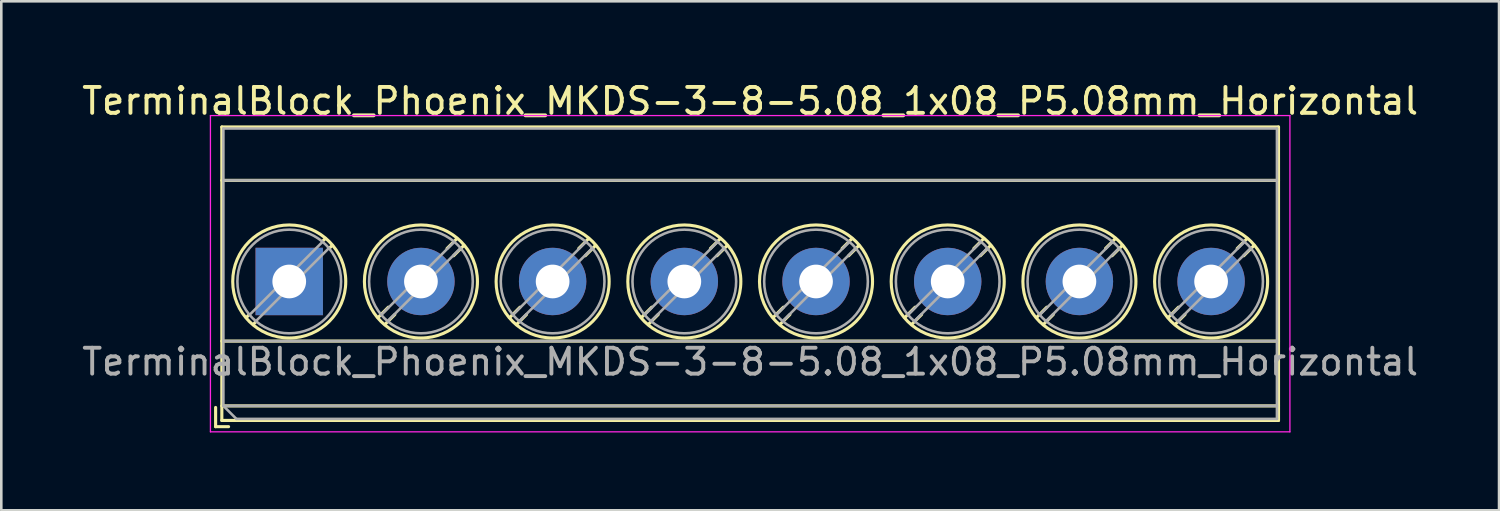
<source format=kicad_pcb>
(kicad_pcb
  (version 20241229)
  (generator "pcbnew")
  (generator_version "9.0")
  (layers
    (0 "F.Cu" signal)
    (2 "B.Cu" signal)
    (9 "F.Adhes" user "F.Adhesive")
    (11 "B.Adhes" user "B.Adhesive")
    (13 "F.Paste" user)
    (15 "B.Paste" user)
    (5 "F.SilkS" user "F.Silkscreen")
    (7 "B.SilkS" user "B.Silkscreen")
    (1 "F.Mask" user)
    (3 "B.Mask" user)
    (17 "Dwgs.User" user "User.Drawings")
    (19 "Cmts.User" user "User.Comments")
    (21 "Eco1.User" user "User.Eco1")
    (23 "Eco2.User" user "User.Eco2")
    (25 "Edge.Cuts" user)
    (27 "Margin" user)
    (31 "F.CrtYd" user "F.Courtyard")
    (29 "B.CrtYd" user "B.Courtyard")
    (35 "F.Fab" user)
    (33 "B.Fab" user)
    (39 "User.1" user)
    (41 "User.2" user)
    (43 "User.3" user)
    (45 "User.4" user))
  (footprint "TerminalBlock_Phoenix_MKDS-3-8-5.08_1x08_P5.08mm_Horizontal"
    (layer "F.Cu")
    (at 8.107 7.808)
    (property "Reference" "TerminalBlock_Phoenix_MKDS-3-8-5.08_1x08_P5.08mm_Horizontal" (at 17.78 -6.96 0) (layer "F.SilkS") (effects (font (size 1 1) (thickness 0.15))))
    (attr through_hole)
    (fp_line (start -2.84 4.86) (end -2.84 5.6) (stroke (width 0.12) (type solid)) (layer "F.SilkS"))
    (fp_line (start -2.84 5.6) (end -2.34 5.6) (stroke (width 0.12) (type solid)) (layer "F.SilkS"))
    (fp_line (start -2.6 -5.96) (end -2.6 5.36) (stroke (width 0.12) (type solid)) (layer "F.SilkS"))
    (fp_line (start -2.6 -5.96) (end 38.16 -5.96) (stroke (width 0.12) (type solid)) (layer "F.SilkS"))
    (fp_line (start -2.6 -3.9) (end 38.16 -3.9) (stroke (width 0.12) (type solid)) (layer "F.SilkS"))
    (fp_line (start -2.6 2.3) (end 38.16 2.3) (stroke (width 0.12) (type solid)) (layer "F.SilkS"))
    (fp_line (start -2.6 4.8) (end 38.16 4.8) (stroke (width 0.12) (type solid)) (layer "F.SilkS"))
    (fp_line (start -2.6 5.36) (end 38.16 5.36) (stroke (width 0.12) (type solid)) (layer "F.SilkS"))
    (fp_line (start -1.548 1.281) (end -1.654 1.388) (stroke (width 0.12) (type solid)) (layer "F.SilkS"))
    (fp_line (start -1.282 1.547) (end -1.388 1.654) (stroke (width 0.12) (type solid)) (layer "F.SilkS"))
    (fp_line (start 1.388 -1.654) (end 1.281 -1.547) (stroke (width 0.12) (type solid)) (layer "F.SilkS"))
    (fp_line (start 1.654 -1.388) (end 1.547 -1.281) (stroke (width 0.12) (type solid)) (layer "F.SilkS"))
    (fp_line (start 3.822 0.992) (end 3.427 1.388) (stroke (width 0.12) (type solid)) (layer "F.SilkS"))
    (fp_line (start 4.073 1.274) (end 3.693 1.654) (stroke (width 0.12) (type solid)) (layer "F.SilkS"))
    (fp_line (start 6.468 -1.654) (end 6.088 -1.274) (stroke (width 0.12) (type solid)) (layer "F.SilkS"))
    (fp_line (start 6.734 -1.388) (end 6.339 -0.992) (stroke (width 0.12) (type solid)) (layer "F.SilkS"))
    (fp_line (start 8.902 0.992) (end 8.507 1.388) (stroke (width 0.12) (type solid)) (layer "F.SilkS"))
    (fp_line (start 9.153 1.274) (end 8.773 1.654) (stroke (width 0.12) (type solid)) (layer "F.SilkS"))
    (fp_line (start 11.548 -1.654) (end 11.168 -1.274) (stroke (width 0.12) (type solid)) (layer "F.SilkS"))
    (fp_line (start 11.814 -1.388) (end 11.419 -0.992) (stroke (width 0.12) (type solid)) (layer "F.SilkS"))
    (fp_line (start 13.982 0.992) (end 13.587 1.388) (stroke (width 0.12) (type solid)) (layer "F.SilkS"))
    (fp_line (start 14.233 1.274) (end 13.853 1.654) (stroke (width 0.12) (type solid)) (layer "F.SilkS"))
    (fp_line (start 16.628 -1.654) (end 16.248 -1.274) (stroke (width 0.12) (type solid)) (layer "F.SilkS"))
    (fp_line (start 16.894 -1.388) (end 16.499 -0.992) (stroke (width 0.12) (type solid)) (layer "F.SilkS"))
    (fp_line (start 19.062 0.992) (end 18.667 1.388) (stroke (width 0.12) (type solid)) (layer "F.SilkS"))
    (fp_line (start 19.313 1.274) (end 18.933 1.654) (stroke (width 0.12) (type solid)) (layer "F.SilkS"))
    (fp_line (start 21.708 -1.654) (end 21.328 -1.274) (stroke (width 0.12) (type solid)) (layer "F.SilkS"))
    (fp_line (start 21.974 -1.388) (end 21.579 -0.992) (stroke (width 0.12) (type solid)) (layer "F.SilkS"))
    (fp_line (start 24.142 0.992) (end 23.747 1.388) (stroke (width 0.12) (type solid)) (layer "F.SilkS"))
    (fp_line (start 24.393 1.274) (end 24.013 1.654) (stroke (width 0.12) (type solid)) (layer "F.SilkS"))
    (fp_line (start 26.788 -1.654) (end 26.408 -1.274) (stroke (width 0.12) (type solid)) (layer "F.SilkS"))
    (fp_line (start 27.054 -1.388) (end 26.659 -0.992) (stroke (width 0.12) (type solid)) (layer "F.SilkS"))
    (fp_line (start 29.222 0.992) (end 28.827 1.388) (stroke (width 0.12) (type solid)) (layer "F.SilkS"))
    (fp_line (start 29.473 1.274) (end 29.093 1.654) (stroke (width 0.12) (type solid)) (layer "F.SilkS"))
    (fp_line (start 31.868 -1.654) (end 31.488 -1.274) (stroke (width 0.12) (type solid)) (layer "F.SilkS"))
    (fp_line (start 32.134 -1.388) (end 31.739 -0.992) (stroke (width 0.12) (type solid)) (layer "F.SilkS"))
    (fp_line (start 34.302 0.992) (end 33.907 1.388) (stroke (width 0.12) (type solid)) (layer "F.SilkS"))
    (fp_line (start 34.553 1.274) (end 34.173 1.654) (stroke (width 0.12) (type solid)) (layer "F.SilkS"))
    (fp_line (start 36.948 -1.654) (end 36.568 -1.274) (stroke (width 0.12) (type solid)) (layer "F.SilkS"))
    (fp_line (start 37.214 -1.388) (end 36.819 -0.992) (stroke (width 0.12) (type solid)) (layer "F.SilkS"))
    (fp_line (start 38.16 -5.96) (end 38.16 5.36) (stroke (width 0.12) (type solid)) (layer "F.SilkS"))
    (fp_circle (center 0 0) (end 2.18 0) (stroke (width 0.12) (type solid)) (fill no) (layer "F.SilkS"))
    (fp_circle (center 5.08 0) (end 7.26 0) (stroke (width 0.12) (type solid)) (fill no) (layer "F.SilkS"))
    (fp_circle (center 10.16 0) (end 12.34 0) (stroke (width 0.12) (type solid)) (fill no) (layer "F.SilkS"))
    (fp_circle (center 15.24 0) (end 17.42 0) (stroke (width 0.12) (type solid)) (fill no) (layer "F.SilkS"))
    (fp_circle (center 20.32 0) (end 22.5 0) (stroke (width 0.12) (type solid)) (fill no) (layer "F.SilkS"))
    (fp_circle (center 25.4 0) (end 27.58 0) (stroke (width 0.12) (type solid)) (fill no) (layer "F.SilkS"))
    (fp_circle (center 30.48 0) (end 32.66 0) (stroke (width 0.12) (type solid)) (fill no) (layer "F.SilkS"))
    (fp_circle (center 35.56 0) (end 37.74 0) (stroke (width 0.12) (type solid)) (fill no) (layer "F.SilkS"))
    (fp_line (start -3.04 -6.4) (end -3.04 5.8) (stroke (width 0.05) (type solid)) (layer "F.CrtYd"))
    (fp_line (start -3.04 5.8) (end 38.6 5.8) (stroke (width 0.05) (type solid)) (layer "F.CrtYd"))
    (fp_line (start 38.6 -6.4) (end -3.04 -6.4) (stroke (width 0.05) (type solid)) (layer "F.CrtYd"))
    (fp_line (start 38.6 5.8) (end 38.6 -6.4) (stroke (width 0.05) (type solid)) (layer "F.CrtYd"))
    (fp_line (start -2.54 -5.9) (end 38.1 -5.9) (stroke (width 0.1) (type solid)) (layer "F.Fab"))
    (fp_line (start -2.54 -3.9) (end 38.1 -3.9) (stroke (width 0.1) (type solid)) (layer "F.Fab"))
    (fp_line (start -2.54 2.3) (end 38.1 2.3) (stroke (width 0.1) (type solid)) (layer "F.Fab"))
    (fp_line (start -2.54 4.8) (end -2.54 -5.9) (stroke (width 0.1) (type solid)) (layer "F.Fab"))
    (fp_line (start -2.54 4.8) (end 38.1 4.8) (stroke (width 0.1) (type solid)) (layer "F.Fab"))
    (fp_line (start -2.04 5.3) (end -2.54 4.8) (stroke (width 0.1) (type solid)) (layer "F.Fab"))
    (fp_line (start 1.273 -1.517) (end -1.517 1.273) (stroke (width 0.1) (type solid)) (layer "F.Fab"))
    (fp_line (start 1.517 -1.273) (end -1.273 1.517) (stroke (width 0.1) (type solid)) (layer "F.Fab"))
    (fp_line (start 6.353 -1.517) (end 3.564 1.273) (stroke (width 0.1) (type solid)) (layer "F.Fab"))
    (fp_line (start 6.597 -1.273) (end 3.808 1.517) (stroke (width 0.1) (type solid)) (layer "F.Fab"))
    (fp_line (start 11.433 -1.517) (end 8.644 1.273) (stroke (width 0.1) (type solid)) (layer "F.Fab"))
    (fp_line (start 11.677 -1.273) (end 8.888 1.517) (stroke (width 0.1) (type solid)) (layer "F.Fab"))
    (fp_line (start 16.513 -1.517) (end 13.724 1.273) (stroke (width 0.1) (type solid)) (layer "F.Fab"))
    (fp_line (start 16.757 -1.273) (end 13.968 1.517) (stroke (width 0.1) (type solid)) (layer "F.Fab"))
    (fp_line (start 21.593 -1.517) (end 18.804 1.273) (stroke (width 0.1) (type solid)) (layer "F.Fab"))
    (fp_line (start 21.837 -1.273) (end 19.048 1.517) (stroke (width 0.1) (type solid)) (layer "F.Fab"))
    (fp_line (start 26.673 -1.517) (end 23.884 1.273) (stroke (width 0.1) (type solid)) (layer "F.Fab"))
    (fp_line (start 26.917 -1.273) (end 24.128 1.517) (stroke (width 0.1) (type solid)) (layer "F.Fab"))
    (fp_line (start 31.753 -1.517) (end 28.964 1.273) (stroke (width 0.1) (type solid)) (layer "F.Fab"))
    (fp_line (start 31.997 -1.273) (end 29.208 1.517) (stroke (width 0.1) (type solid)) (layer "F.Fab"))
    (fp_line (start 36.833 -1.517) (end 34.044 1.273) (stroke (width 0.1) (type solid)) (layer "F.Fab"))
    (fp_line (start 37.077 -1.273) (end 34.288 1.517) (stroke (width 0.1) (type solid)) (layer "F.Fab"))
    (fp_line (start 38.1 -5.9) (end 38.1 5.3) (stroke (width 0.1) (type solid)) (layer "F.Fab"))
    (fp_line (start 38.1 5.3) (end -2.04 5.3) (stroke (width 0.1) (type solid)) (layer "F.Fab"))
    (fp_circle (center 0 0) (end 2 0) (stroke (width 0.1) (type solid)) (fill no) (layer "F.Fab"))
    (fp_circle (center 5.08 0) (end 7.08 0) (stroke (width 0.1) (type solid)) (fill no) (layer "F.Fab"))
    (fp_circle (center 10.16 0) (end 12.16 0) (stroke (width 0.1) (type solid)) (fill no) (layer "F.Fab"))
    (fp_circle (center 15.24 0) (end 17.24 0) (stroke (width 0.1) (type solid)) (fill no) (layer "F.Fab"))
    (fp_circle (center 20.32 0) (end 22.32 0) (stroke (width 0.1) (type solid)) (fill no) (layer "F.Fab"))
    (fp_circle (center 25.4 0) (end 27.4 0) (stroke (width 0.1) (type solid)) (fill no) (layer "F.Fab"))
    (fp_circle (center 30.48 0) (end 32.48 0) (stroke (width 0.1) (type solid)) (fill no) (layer "F.Fab"))
    (fp_circle (center 35.56 0) (end 37.56 0) (stroke (width 0.1) (type solid)) (fill no) (layer "F.Fab"))
    (fp_text user "${REFERENCE}" (at 17.78 3.1 0) (layer "F.Fab") (effects (font (size 1 1) (thickness 0.15))))
    (pad "1" thru_hole rect (at 0 0) (size 2.6 2.6) (drill 1.3) (layers "*.Cu" "*.Mask"))
    (pad "2" thru_hole circle (at 5.08 0) (size 2.6 2.6) (drill 1.3) (layers "*.Cu" "*.Mask"))
    (pad "3" thru_hole circle (at 10.16 0) (size 2.6 2.6) (drill 1.3) (layers "*.Cu" "*.Mask"))
    (pad "4" thru_hole circle (at 15.24 0) (size 2.6 2.6) (drill 1.3) (layers "*.Cu" "*.Mask"))
    (pad "5" thru_hole circle (at 20.32 0) (size 2.6 2.6) (drill 1.3) (layers "*.Cu" "*.Mask"))
    (pad "6" thru_hole circle (at 25.4 0) (size 2.6 2.6) (drill 1.3) (layers "*.Cu" "*.Mask"))
    (pad "7" thru_hole circle (at 30.48 0) (size 2.6 2.6) (drill 1.3) (layers "*.Cu" "*.Mask"))
    (pad "8" thru_hole circle (at 35.56 0) (size 2.6 2.6) (drill 1.3) (layers "*.Cu" "*.Mask")))
  (gr_rect
    (start -3 -3)
    (end 54.774 16.633)
    (stroke (width 0.1) (type default))
    (fill no)
    (layer "Edge.Cuts")))
</source>
